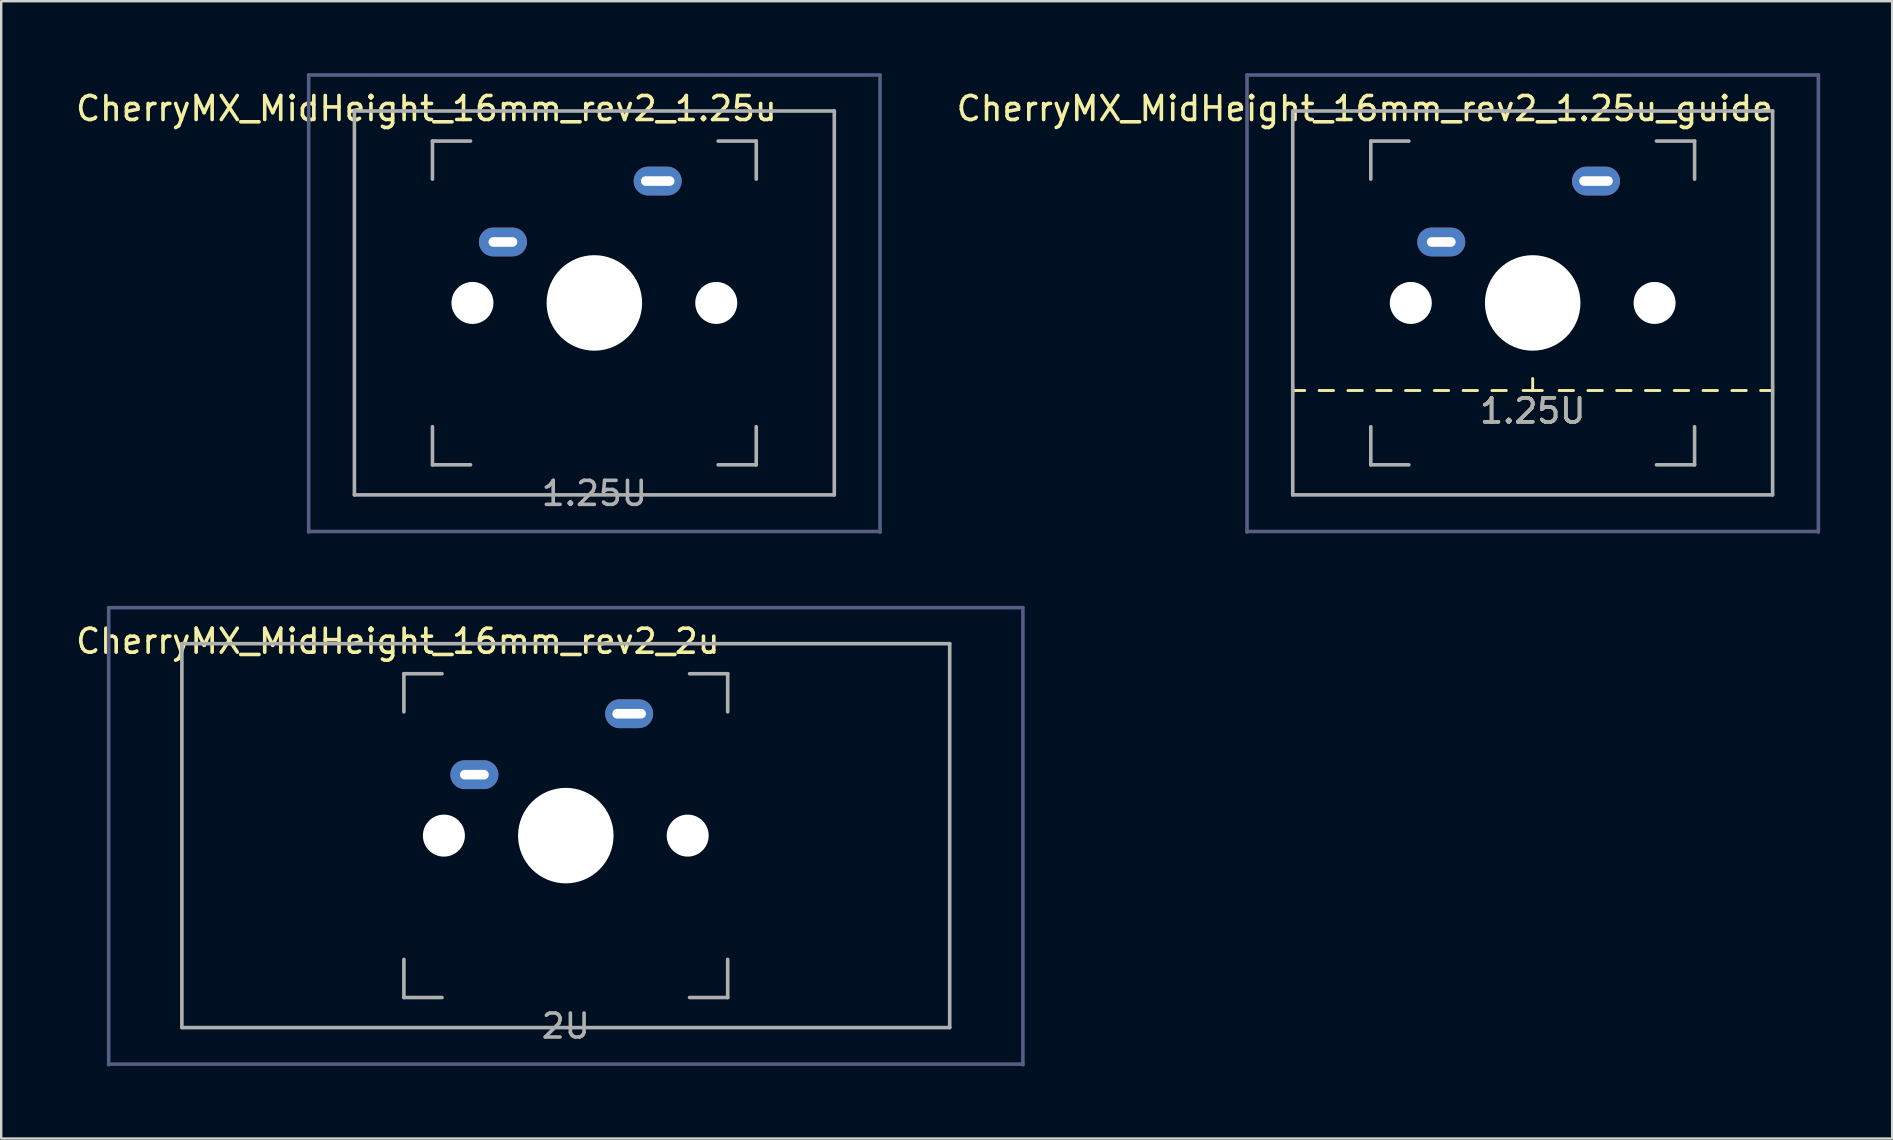
<source format=kicad_pcb>
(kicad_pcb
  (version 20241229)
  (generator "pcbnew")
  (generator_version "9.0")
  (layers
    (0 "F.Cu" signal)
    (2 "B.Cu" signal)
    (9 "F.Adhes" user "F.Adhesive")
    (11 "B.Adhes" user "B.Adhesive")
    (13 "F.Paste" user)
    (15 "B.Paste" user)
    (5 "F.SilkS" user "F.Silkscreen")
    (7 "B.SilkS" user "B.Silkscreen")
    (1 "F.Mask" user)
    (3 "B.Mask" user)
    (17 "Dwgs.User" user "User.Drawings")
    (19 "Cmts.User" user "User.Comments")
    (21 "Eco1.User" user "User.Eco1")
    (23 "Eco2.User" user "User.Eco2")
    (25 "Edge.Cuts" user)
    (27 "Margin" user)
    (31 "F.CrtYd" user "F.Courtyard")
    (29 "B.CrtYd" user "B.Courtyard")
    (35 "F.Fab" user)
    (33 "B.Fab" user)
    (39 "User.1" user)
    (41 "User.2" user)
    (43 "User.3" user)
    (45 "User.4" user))
  (footprint "CherryMX_MidHeight_16mm_rev2_1.25u"
    (layer "F.Cu")
    (at 21.72 9.575)
    (property "Reference" "CherryMX_MidHeight_16mm_rev2_1.25u" (at -7 -8.1 180) (layer "F.SilkS") (effects (font (size 1 1) (thickness 0.15))))
    (attr through_hole)
    (fp_line (start -11.906 -9.5) (end 11.906 -9.5) (stroke (width 0.15) (type solid)) (layer "B.Fab"))
    (fp_line (start -11.906 9.55) (end -11.906 -9.5) (stroke (width 0.15) (type solid)) (layer "B.Fab"))
    (fp_line (start 11.906 -9.5) (end 11.906 9.55) (stroke (width 0.15) (type solid)) (layer "B.Fab"))
    (fp_line (start 11.906 9.525) (end -11.906 9.525) (stroke (width 0.15) (type solid)) (layer "B.Fab"))
    (fp_line (start -10 -8) (end 10 -8) (stroke (width 0.15) (type solid)) (layer "F.Fab"))
    (fp_line (start -10 8) (end -10 -8) (stroke (width 0.15) (type solid)) (layer "F.Fab"))
    (fp_line (start -6.747 -6.747) (end -5.159 -6.747) (stroke (width 0.15) (type solid)) (layer "F.Fab"))
    (fp_line (start -6.747 -5.159) (end -6.747 -6.747) (stroke (width 0.15) (type solid)) (layer "F.Fab"))
    (fp_line (start -6.747 6.747) (end -6.747 5.159) (stroke (width 0.15) (type solid)) (layer "F.Fab"))
    (fp_line (start -5.159 6.747) (end -6.747 6.747) (stroke (width 0.15) (type solid)) (layer "F.Fab"))
    (fp_line (start 5.159 -6.747) (end 6.747 -6.747) (stroke (width 0.15) (type solid)) (layer "F.Fab"))
    (fp_line (start 6.747 -6.747) (end 6.747 -5.159) (stroke (width 0.15) (type solid)) (layer "F.Fab"))
    (fp_line (start 6.747 5.159) (end 6.747 6.747) (stroke (width 0.15) (type solid)) (layer "F.Fab"))
    (fp_line (start 6.747 6.747) (end 5.159 6.747) (stroke (width 0.15) (type solid)) (layer "F.Fab"))
    (fp_line (start 10 -8) (end 10 8) (stroke (width 0.15) (type solid)) (layer "F.Fab"))
    (fp_line (start 10 8) (end -10 8) (stroke (width 0.15) (type solid)) (layer "F.Fab"))
    (fp_text user "1.25U" (at 0 7.938 180) (layer "F.Fab") (effects (font (size 1 1) (thickness 0.15))))
    (pad "" np_thru_hole circle (at -5.08 0 48) (size 1.75 1.75) (drill 1.75) (layers "*.Cu" "*.Mask"))
    (pad "" np_thru_hole circle (at 0 0 270) (size 3.98 3.98) (drill 3.98) (layers "*.Cu" "*.Mask"))
    (pad "" np_thru_hole circle (at 5.08 0 48) (size 1.75 1.75) (drill 1.75) (layers "*.Cu" "*.Mask"))
    (pad "1" thru_hole oval (at -3.81 -2.54) (size 2 1.2) (drill oval 1.2 0.4) (layers "*.Cu" "B.Mask"))
    (pad "2" thru_hole oval (at 2.64 -5.08) (size 2 1.2) (drill oval 1.4 0.4) (layers "*.Cu" "B.Mask")))
  (footprint "CherryMX_MidHeight_16mm_rev2_1.25u_guide"
    (layer "F.Cu")
    (at 60.826 9.575)
    (property "Reference" "CherryMX_MidHeight_16mm_rev2_1.25u_guide" (at -7 -8.1 180) (layer "F.SilkS") (effects (font (size 1 1) (thickness 0.15))))
    (attr through_hole)
    (fp_line (start -10 3.85) (end -10 3.45) (stroke (width 0.12) (type solid)) (layer "F.SilkS"))
    (fp_line (start -9.5 3.65) (end -10 3.65) (stroke (width 0.12) (type solid)) (layer "F.SilkS"))
    (fp_line (start -8.9 3.65) (end -8.3 3.65) (stroke (width 0.12) (type solid)) (layer "F.SilkS"))
    (fp_line (start -7.7 3.65) (end -7.1 3.65) (stroke (width 0.12) (type solid)) (layer "F.SilkS"))
    (fp_line (start -6.5 3.65) (end -5.9 3.65) (stroke (width 0.12) (type solid)) (layer "F.SilkS"))
    (fp_line (start -5.3 3.65) (end -4.7 3.65) (stroke (width 0.12) (type solid)) (layer "F.SilkS"))
    (fp_line (start -4.1 3.65) (end -3.5 3.65) (stroke (width 0.12) (type solid)) (layer "F.SilkS"))
    (fp_line (start -2.9 3.65) (end -2.3 3.65) (stroke (width 0.12) (type solid)) (layer "F.SilkS"))
    (fp_line (start -1.7 3.65) (end -1.1 3.65) (stroke (width 0.12) (type solid)) (layer "F.SilkS"))
    (fp_line (start -0.4 3.65) (end 0.4 3.65) (stroke (width 0.12) (type solid)) (layer "F.SilkS"))
    (fp_line (start 0 3.15) (end 0 3.65) (stroke (width 0.12) (type solid)) (layer "F.SilkS"))
    (fp_line (start 1.1 3.65) (end 1.7 3.65) (stroke (width 0.12) (type solid)) (layer "F.SilkS"))
    (fp_line (start 2.3 3.65) (end 2.9 3.65) (stroke (width 0.12) (type solid)) (layer "F.SilkS"))
    (fp_line (start 3.5 3.65) (end 4.1 3.65) (stroke (width 0.12) (type solid)) (layer "F.SilkS"))
    (fp_line (start 4.7 3.65) (end 5.3 3.65) (stroke (width 0.12) (type solid)) (layer "F.SilkS"))
    (fp_line (start 5.9 3.65) (end 6.5 3.65) (stroke (width 0.12) (type solid)) (layer "F.SilkS"))
    (fp_line (start 7.1 3.65) (end 7.7 3.65) (stroke (width 0.12) (type solid)) (layer "F.SilkS"))
    (fp_line (start 8.3 3.65) (end 8.9 3.65) (stroke (width 0.12) (type solid)) (layer "F.SilkS"))
    (fp_line (start 9.5 3.65) (end 10 3.65) (stroke (width 0.12) (type solid)) (layer "F.SilkS"))
    (fp_line (start 10 3.45) (end 10 3.85) (stroke (width 0.12) (type solid)) (layer "F.SilkS"))
    (fp_line (start -11.906 -9.5) (end 11.906 -9.5) (stroke (width 0.15) (type solid)) (layer "B.Fab"))
    (fp_line (start -11.906 9.55) (end -11.906 -9.5) (stroke (width 0.15) (type solid)) (layer "B.Fab"))
    (fp_line (start 11.906 -9.5) (end 11.906 9.55) (stroke (width 0.15) (type solid)) (layer "B.Fab"))
    (fp_line (start 11.906 9.525) (end -11.906 9.525) (stroke (width 0.15) (type solid)) (layer "B.Fab"))
    (fp_line (start -10 -8) (end 10 -8) (stroke (width 0.15) (type solid)) (layer "F.Fab"))
    (fp_line (start -10 8) (end -10 -8) (stroke (width 0.15) (type solid)) (layer "F.Fab"))
    (fp_line (start -6.747 -6.747) (end -5.159 -6.747) (stroke (width 0.15) (type solid)) (layer "F.Fab"))
    (fp_line (start -6.747 -5.159) (end -6.747 -6.747) (stroke (width 0.15) (type solid)) (layer "F.Fab"))
    (fp_line (start -6.747 6.747) (end -6.747 5.159) (stroke (width 0.15) (type solid)) (layer "F.Fab"))
    (fp_line (start -5.159 6.747) (end -6.747 6.747) (stroke (width 0.15) (type solid)) (layer "F.Fab"))
    (fp_line (start 5.159 -6.747) (end 6.747 -6.747) (stroke (width 0.15) (type solid)) (layer "F.Fab"))
    (fp_line (start 6.747 -6.747) (end 6.747 -5.159) (stroke (width 0.15) (type solid)) (layer "F.Fab"))
    (fp_line (start 6.747 5.159) (end 6.747 6.747) (stroke (width 0.15) (type solid)) (layer "F.Fab"))
    (fp_line (start 6.747 6.747) (end 5.159 6.747) (stroke (width 0.15) (type solid)) (layer "F.Fab"))
    (fp_line (start 10 -8) (end 10 8) (stroke (width 0.15) (type solid)) (layer "F.Fab"))
    (fp_line (start 10 8) (end -10 8) (stroke (width 0.15) (type solid)) (layer "F.Fab"))
    (fp_text user "1.25U" (at 0 4.5 180) (layer "F.SilkS") (effects (font (size 1 1) (thickness 0.15))))
    (fp_text user "1.25U" (at 0 4.5 180) (layer "F.Fab") (effects (font (size 1 1) (thickness 0.15))))
    (pad "" np_thru_hole circle (at -5.08 0 48) (size 1.75 1.75) (drill 1.75) (layers "*.Cu" "*.Mask"))
    (pad "" np_thru_hole circle (at 0 0 270) (size 3.98 3.98) (drill 3.98) (layers "*.Cu" "*.Mask"))
    (pad "" np_thru_hole circle (at 5.08 0 48) (size 1.75 1.75) (drill 1.75) (layers "*.Cu" "*.Mask"))
    (pad "1" thru_hole oval (at -3.81 -2.54) (size 2 1.2) (drill oval 1.2 0.4) (layers "*.Cu" "B.Mask"))
    (pad "2" thru_hole oval (at 2.64 -5.08) (size 2 1.2) (drill oval 1.4 0.4) (layers "*.Cu" "B.Mask")))
  (footprint "CherryMX_MidHeight_16mm_rev2_2u"
    (layer "F.Cu")
    (at 20.53 31.775)
    (property "Reference" "CherryMX_MidHeight_16mm_rev2_2u" (at -7 -8.1 180) (layer "F.SilkS") (effects (font (size 1 1) (thickness 0.15))))
    (attr through_hole)
    (fp_line (start -19.05 -9.5) (end 19.05 -9.5) (stroke (width 0.15) (type solid)) (layer "B.Fab"))
    (fp_line (start -19.05 9.55) (end -19.05 -9.5) (stroke (width 0.15) (type solid)) (layer "B.Fab"))
    (fp_line (start 19.05 -9.5) (end 19.05 9.55) (stroke (width 0.15) (type solid)) (layer "B.Fab"))
    (fp_line (start 19.05 9.525) (end -19.05 9.525) (stroke (width 0.15) (type solid)) (layer "B.Fab"))
    (fp_line (start -16 -8) (end 16 -8) (stroke (width 0.15) (type solid)) (layer "F.Fab"))
    (fp_line (start -16 8) (end -16 -8) (stroke (width 0.15) (type solid)) (layer "F.Fab"))
    (fp_line (start -6.747 -6.747) (end -5.159 -6.747) (stroke (width 0.15) (type solid)) (layer "F.Fab"))
    (fp_line (start -6.747 -5.159) (end -6.747 -6.747) (stroke (width 0.15) (type solid)) (layer "F.Fab"))
    (fp_line (start -6.747 6.747) (end -6.747 5.159) (stroke (width 0.15) (type solid)) (layer "F.Fab"))
    (fp_line (start -5.159 6.747) (end -6.747 6.747) (stroke (width 0.15) (type solid)) (layer "F.Fab"))
    (fp_line (start 5.159 -6.747) (end 6.747 -6.747) (stroke (width 0.15) (type solid)) (layer "F.Fab"))
    (fp_line (start 6.747 -6.747) (end 6.747 -5.159) (stroke (width 0.15) (type solid)) (layer "F.Fab"))
    (fp_line (start 6.747 5.159) (end 6.747 6.747) (stroke (width 0.15) (type solid)) (layer "F.Fab"))
    (fp_line (start 6.747 6.747) (end 5.159 6.747) (stroke (width 0.15) (type solid)) (layer "F.Fab"))
    (fp_line (start 16 -8) (end 16 8) (stroke (width 0.15) (type solid)) (layer "F.Fab"))
    (fp_line (start 16 8) (end -16 8) (stroke (width 0.15) (type solid)) (layer "F.Fab"))
    (fp_text user "2U" (at 0 7.938 180) (layer "F.Fab") (effects (font (size 1 1) (thickness 0.15))))
    (pad "" np_thru_hole circle (at -5.08 0 48) (size 1.75 1.75) (drill 1.75) (layers "*.Cu" "*.Mask"))
    (pad "" np_thru_hole circle (at 0 0 270) (size 3.98 3.98) (drill 3.98) (layers "*.Cu" "*.Mask"))
    (pad "" np_thru_hole circle (at 5.08 0 48) (size 1.75 1.75) (drill 1.75) (layers "*.Cu" "*.Mask"))
    (pad "1" thru_hole oval (at -3.81 -2.54) (size 2 1.2) (drill oval 1.2 0.4) (layers "*.Cu" "B.Mask"))
    (pad "2" thru_hole oval (at 2.64 -5.08) (size 2 1.2) (drill oval 1.4 0.4) (layers "*.Cu" "B.Mask")))
  (gr_rect
    (start -3 -3)
    (end 75.808 44.4)
    (stroke (width 0.1) (type default))
    (fill no)
    (layer "Edge.Cuts")))
</source>
